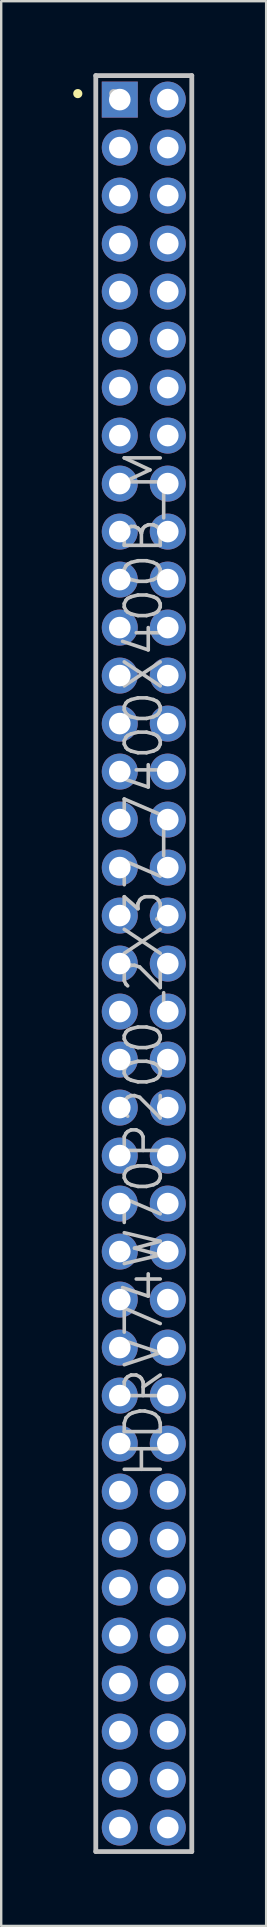
<source format=kicad_pcb>
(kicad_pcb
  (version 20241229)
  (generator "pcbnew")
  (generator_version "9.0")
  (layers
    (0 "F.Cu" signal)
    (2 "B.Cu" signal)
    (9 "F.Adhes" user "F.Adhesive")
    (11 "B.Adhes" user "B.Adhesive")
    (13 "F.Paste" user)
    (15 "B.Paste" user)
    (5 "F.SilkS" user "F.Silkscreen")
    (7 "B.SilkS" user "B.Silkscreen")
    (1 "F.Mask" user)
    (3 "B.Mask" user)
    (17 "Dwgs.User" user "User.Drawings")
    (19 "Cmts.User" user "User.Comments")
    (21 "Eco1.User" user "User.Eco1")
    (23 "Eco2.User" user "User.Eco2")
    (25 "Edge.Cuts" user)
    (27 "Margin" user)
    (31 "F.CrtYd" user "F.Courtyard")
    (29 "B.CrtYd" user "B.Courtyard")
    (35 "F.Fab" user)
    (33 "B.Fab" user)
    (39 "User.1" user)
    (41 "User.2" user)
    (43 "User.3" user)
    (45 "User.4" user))
  (footprint "HDRV74W70P200_2X37_7400X400B_M"
    (layer "F.Cu")
    (at 2.941 37.1)
    (property "Reference" "HDRV74W70P200_2X37_7400X400B_M" (at 0 0 90) (layer "Dwgs.User") (effects (font (size 1.5 1.5) (thickness 0.15))))
    (attr through_hole)
    (fp_line (start -2.75 -36.25) (end -2.75 -36.25) (stroke (width 0.381) (type solid)) (layer "F.SilkS"))
    (fp_line (start -2 -37) (end -2 37) (stroke (width 0.2) (type solid)) (layer "Dwgs.User"))
    (fp_line (start -2 -37) (end 2 -37) (stroke (width 0.2) (type solid)) (layer "Dwgs.User"))
    (fp_line (start -2 37) (end 2 37) (stroke (width 0.2) (type solid)) (layer "Dwgs.User"))
    (fp_line (start -1.25 -36.25) (end -1.25 -36.25) (stroke (width 0.381) (type solid)) (layer "Dwgs.User"))
    (fp_line (start 2 -37) (end 2 37) (stroke (width 0.2) (type solid)) (layer "Dwgs.User"))
    (pad "1" thru_hole rect (at -1 -36) (size 1.5 1.5) (drill 0.9) (layers "*.Cu" "*.Mask"))
    (pad "2" thru_hole circle (at 1 -36 270) (size 1.5 1.5) (drill 0.9) (layers "*.Cu" "*.Mask"))
    (pad "3" thru_hole circle (at -1 -34 270) (size 1.5 1.5) (drill 0.9) (layers "*.Cu" "*.Mask"))
    (pad "4" thru_hole circle (at 1 -34 270) (size 1.5 1.5) (drill 0.9) (layers "*.Cu" "*.Mask"))
    (pad "5" thru_hole circle (at -1 -32 270) (size 1.5 1.5) (drill 0.9) (layers "*.Cu" "*.Mask"))
    (pad "6" thru_hole circle (at 1 -32 270) (size 1.5 1.5) (drill 0.9) (layers "*.Cu" "*.Mask"))
    (pad "7" thru_hole circle (at -1 -30 270) (size 1.5 1.5) (drill 0.9) (layers "*.Cu" "*.Mask"))
    (pad "8" thru_hole circle (at 1 -30 270) (size 1.5 1.5) (drill 0.9) (layers "*.Cu" "*.Mask"))
    (pad "9" thru_hole circle (at -1 -28 270) (size 1.5 1.5) (drill 0.9) (layers "*.Cu" "*.Mask"))
    (pad "10" thru_hole circle (at 1 -28 270) (size 1.5 1.5) (drill 0.9) (layers "*.Cu" "*.Mask"))
    (pad "11" thru_hole circle (at -1 -26 270) (size 1.5 1.5) (drill 0.9) (layers "*.Cu" "*.Mask"))
    (pad "12" thru_hole circle (at 1 -26 270) (size 1.5 1.5) (drill 0.9) (layers "*.Cu" "*.Mask"))
    (pad "13" thru_hole circle (at -1 -24 270) (size 1.5 1.5) (drill 0.9) (layers "*.Cu" "*.Mask"))
    (pad "14" thru_hole circle (at 1 -24 270) (size 1.5 1.5) (drill 0.9) (layers "*.Cu" "*.Mask"))
    (pad "15" thru_hole circle (at -1 -22 270) (size 1.5 1.5) (drill 0.9) (layers "*.Cu" "*.Mask"))
    (pad "16" thru_hole circle (at 1 -22 270) (size 1.5 1.5) (drill 0.9) (layers "*.Cu" "*.Mask"))
    (pad "17" thru_hole circle (at -1 -20 270) (size 1.5 1.5) (drill 0.9) (layers "*.Cu" "*.Mask"))
    (pad "18" thru_hole circle (at 1 -20 270) (size 1.5 1.5) (drill 0.9) (layers "*.Cu" "*.Mask"))
    (pad "19" thru_hole circle (at -1 -18 270) (size 1.5 1.5) (drill 0.9) (layers "*.Cu" "*.Mask"))
    (pad "20" thru_hole circle (at 1 -18 270) (size 1.5 1.5) (drill 0.9) (layers "*.Cu" "*.Mask"))
    (pad "21" thru_hole circle (at -1 -16 270) (size 1.5 1.5) (drill 0.9) (layers "*.Cu" "*.Mask"))
    (pad "22" thru_hole circle (at 1 -16 270) (size 1.5 1.5) (drill 0.9) (layers "*.Cu" "*.Mask"))
    (pad "23" thru_hole circle (at -1 -14 270) (size 1.5 1.5) (drill 0.9) (layers "*.Cu" "*.Mask"))
    (pad "24" thru_hole circle (at 1 -14 270) (size 1.5 1.5) (drill 0.9) (layers "*.Cu" "*.Mask"))
    (pad "25" thru_hole circle (at -1 -12 270) (size 1.5 1.5) (drill 0.9) (layers "*.Cu" "*.Mask"))
    (pad "26" thru_hole circle (at 1 -12 270) (size 1.5 1.5) (drill 0.9) (layers "*.Cu" "*.Mask"))
    (pad "27" thru_hole circle (at -1 -10 270) (size 1.5 1.5) (drill 0.9) (layers "*.Cu" "*.Mask"))
    (pad "28" thru_hole circle (at 1 -10 270) (size 1.5 1.5) (drill 0.9) (layers "*.Cu" "*.Mask"))
    (pad "29" thru_hole circle (at -1 -8 270) (size 1.5 1.5) (drill 0.9) (layers "*.Cu" "*.Mask"))
    (pad "30" thru_hole circle (at 1 -8 270) (size 1.5 1.5) (drill 0.9) (layers "*.Cu" "*.Mask"))
    (pad "31" thru_hole circle (at -1 -6 270) (size 1.5 1.5) (drill 0.9) (layers "*.Cu" "*.Mask"))
    (pad "32" thru_hole circle (at 1 -6 270) (size 1.5 1.5) (drill 0.9) (layers "*.Cu" "*.Mask"))
    (pad "33" thru_hole circle (at -1 -4 270) (size 1.5 1.5) (drill 0.9) (layers "*.Cu" "*.Mask"))
    (pad "34" thru_hole circle (at 1 -4 270) (size 1.5 1.5) (drill 0.9) (layers "*.Cu" "*.Mask"))
    (pad "35" thru_hole circle (at -1 -2 270) (size 1.5 1.5) (drill 0.9) (layers "*.Cu" "*.Mask"))
    (pad "36" thru_hole circle (at 1 -2 270) (size 1.5 1.5) (drill 0.9) (layers "*.Cu" "*.Mask"))
    (pad "37" thru_hole circle (at -1 0 270) (size 1.5 1.5) (drill 0.9) (layers "*.Cu" "*.Mask"))
    (pad "38" thru_hole circle (at 1 0 270) (size 1.5 1.5) (drill 0.9) (layers "*.Cu" "*.Mask"))
    (pad "39" thru_hole circle (at -1 2 270) (size 1.5 1.5) (drill 0.9) (layers "*.Cu" "*.Mask"))
    (pad "40" thru_hole circle (at 1 2 270) (size 1.5 1.5) (drill 0.9) (layers "*.Cu" "*.Mask"))
    (pad "41" thru_hole circle (at -1 4 270) (size 1.5 1.5) (drill 0.9) (layers "*.Cu" "*.Mask"))
    (pad "42" thru_hole circle (at 1 4 270) (size 1.5 1.5) (drill 0.9) (layers "*.Cu" "*.Mask"))
    (pad "43" thru_hole circle (at -1 6 270) (size 1.5 1.5) (drill 0.9) (layers "*.Cu" "*.Mask"))
    (pad "44" thru_hole circle (at 1 6 270) (size 1.5 1.5) (drill 0.9) (layers "*.Cu" "*.Mask"))
    (pad "45" thru_hole circle (at -1 8 270) (size 1.5 1.5) (drill 0.9) (layers "*.Cu" "*.Mask"))
    (pad "46" thru_hole circle (at 1 8 270) (size 1.5 1.5) (drill 0.9) (layers "*.Cu" "*.Mask"))
    (pad "47" thru_hole circle (at -1 10 270) (size 1.5 1.5) (drill 0.9) (layers "*.Cu" "*.Mask"))
    (pad "48" thru_hole circle (at 1 10 270) (size 1.5 1.5) (drill 0.9) (layers "*.Cu" "*.Mask"))
    (pad "49" thru_hole circle (at -1 12 270) (size 1.5 1.5) (drill 0.9) (layers "*.Cu" "*.Mask"))
    (pad "50" thru_hole circle (at 1 12 270) (size 1.5 1.5) (drill 0.9) (layers "*.Cu" "*.Mask"))
    (pad "51" thru_hole circle (at -1 14 270) (size 1.5 1.5) (drill 0.9) (layers "*.Cu" "*.Mask"))
    (pad "52" thru_hole circle (at 1 14 270) (size 1.5 1.5) (drill 0.9) (layers "*.Cu" "*.Mask"))
    (pad "53" thru_hole circle (at -1 16 270) (size 1.5 1.5) (drill 0.9) (layers "*.Cu" "*.Mask"))
    (pad "54" thru_hole circle (at 1 16 270) (size 1.5 1.5) (drill 0.9) (layers "*.Cu" "*.Mask"))
    (pad "55" thru_hole circle (at -1 18 270) (size 1.5 1.5) (drill 0.9) (layers "*.Cu" "*.Mask"))
    (pad "56" thru_hole circle (at 1 18 270) (size 1.5 1.5) (drill 0.9) (layers "*.Cu" "*.Mask"))
    (pad "57" thru_hole circle (at -1 20 270) (size 1.5 1.5) (drill 0.9) (layers "*.Cu" "*.Mask"))
    (pad "58" thru_hole circle (at 1 20 270) (size 1.5 1.5) (drill 0.9) (layers "*.Cu" "*.Mask"))
    (pad "59" thru_hole circle (at -1 22 270) (size 1.5 1.5) (drill 0.9) (layers "*.Cu" "*.Mask"))
    (pad "60" thru_hole circle (at 1 22 270) (size 1.5 1.5) (drill 0.9) (layers "*.Cu" "*.Mask"))
    (pad "61" thru_hole circle (at -1 24 270) (size 1.5 1.5) (drill 0.9) (layers "*.Cu" "*.Mask"))
    (pad "62" thru_hole circle (at 1 24 270) (size 1.5 1.5) (drill 0.9) (layers "*.Cu" "*.Mask"))
    (pad "63" thru_hole circle (at -1 26 270) (size 1.5 1.5) (drill 0.9) (layers "*.Cu" "*.Mask"))
    (pad "64" thru_hole circle (at 1 26 270) (size 1.5 1.5) (drill 0.9) (layers "*.Cu" "*.Mask"))
    (pad "65" thru_hole circle (at -1 28 270) (size 1.5 1.5) (drill 0.9) (layers "*.Cu" "*.Mask"))
    (pad "66" thru_hole circle (at 1 28 270) (size 1.5 1.5) (drill 0.9) (layers "*.Cu" "*.Mask"))
    (pad "67" thru_hole circle (at -1 30 270) (size 1.5 1.5) (drill 0.9) (layers "*.Cu" "*.Mask"))
    (pad "68" thru_hole circle (at 1 30 270) (size 1.5 1.5) (drill 0.9) (layers "*.Cu" "*.Mask"))
    (pad "69" thru_hole circle (at -1 32 270) (size 1.5 1.5) (drill 0.9) (layers "*.Cu" "*.Mask"))
    (pad "70" thru_hole circle (at 1 32 270) (size 1.5 1.5) (drill 0.9) (layers "*.Cu" "*.Mask"))
    (pad "71" thru_hole circle (at -1 34 270) (size 1.5 1.5) (drill 0.9) (layers "*.Cu" "*.Mask"))
    (pad "72" thru_hole circle (at 1 34 270) (size 1.5 1.5) (drill 0.9) (layers "*.Cu" "*.Mask"))
    (pad "73" thru_hole circle (at -1 36 270) (size 1.5 1.5) (drill 0.9) (layers "*.Cu" "*.Mask"))
    (pad "74" thru_hole circle (at 1 36 270) (size 1.5 1.5) (drill 0.9) (layers "*.Cu" "*.Mask")))
  (gr_rect
    (start -3 -3)
    (end 8.04 77.2)
    (stroke (width 0.1) (type default))
    (fill no)
    (layer "Edge.Cuts")))
</source>
